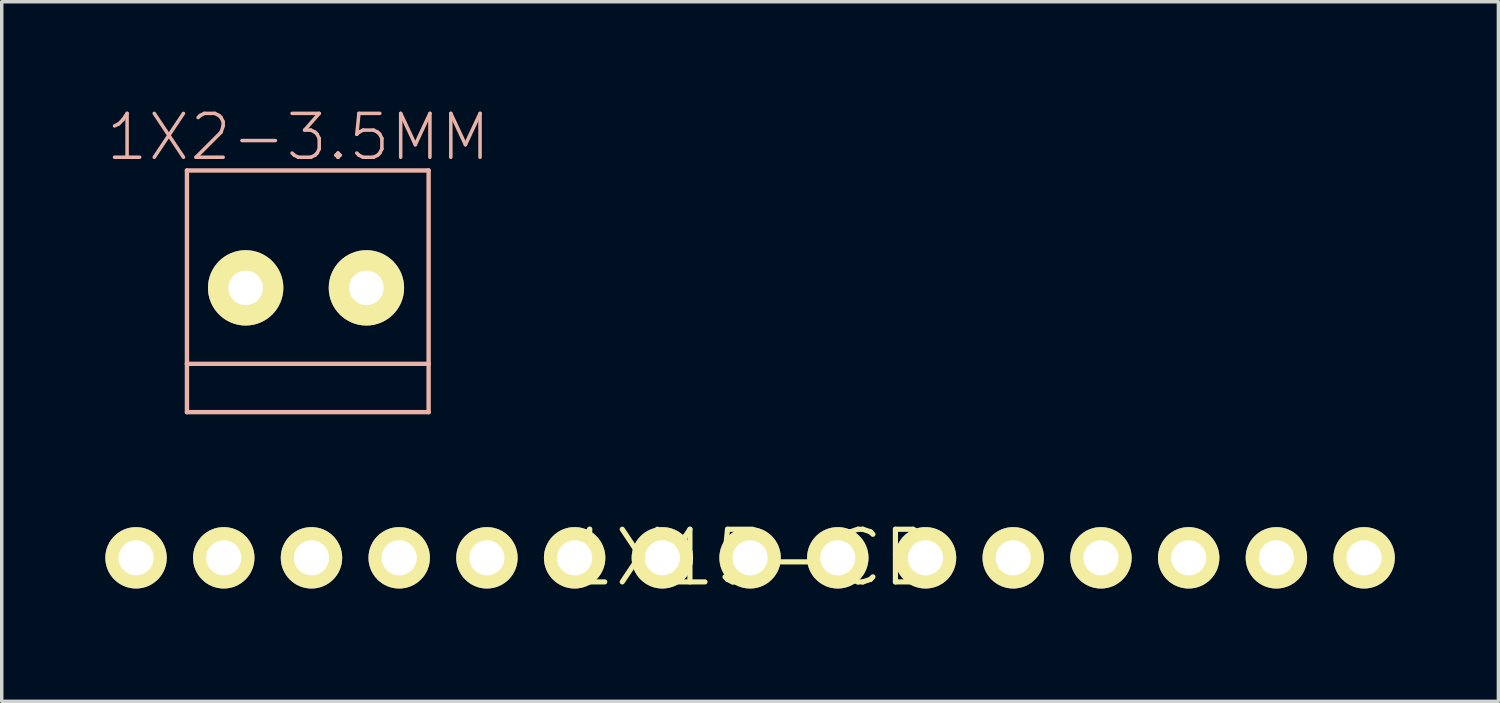
<source format=kicad_pcb>
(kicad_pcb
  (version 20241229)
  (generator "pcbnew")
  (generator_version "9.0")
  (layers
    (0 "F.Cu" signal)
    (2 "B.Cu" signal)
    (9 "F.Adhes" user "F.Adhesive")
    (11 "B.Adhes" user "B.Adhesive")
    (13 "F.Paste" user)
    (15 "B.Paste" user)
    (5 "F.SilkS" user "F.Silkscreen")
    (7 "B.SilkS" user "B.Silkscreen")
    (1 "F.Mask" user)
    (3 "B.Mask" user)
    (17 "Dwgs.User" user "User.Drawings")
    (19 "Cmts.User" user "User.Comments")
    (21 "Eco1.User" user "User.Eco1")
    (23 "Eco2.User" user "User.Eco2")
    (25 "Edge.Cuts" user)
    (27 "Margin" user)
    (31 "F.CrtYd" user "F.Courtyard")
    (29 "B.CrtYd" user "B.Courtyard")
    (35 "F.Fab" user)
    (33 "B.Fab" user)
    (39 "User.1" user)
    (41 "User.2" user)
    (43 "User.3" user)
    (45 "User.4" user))
  (footprint "1X15-CB"
    (layer "F.Cu")
    (at 18.669 13.102)
    (property "Reference" "1X15-CB" (at 0 0 0) (layer "F.SilkS") (effects (font (size 1.524 1.524) (thickness 0.15))))
    (attr exclude_from_pos_files exclude_from_bom)
    (pad "1" thru_hole circle (at -17.78 0) (size 1.778 1.778) (drill 1.016) (layers "*.Cu" "F.Mask" "F.SilkS" "F.Paste"))
    (pad "2" thru_hole circle (at -15.24 0) (size 1.778 1.778) (drill 1.016) (layers "*.Cu" "F.Mask" "F.SilkS" "F.Paste"))
    (pad "3" thru_hole circle (at -12.7 0) (size 1.778 1.778) (drill 1.016) (layers "*.Cu" "F.Mask" "F.SilkS" "F.Paste"))
    (pad "4" thru_hole circle (at -10.16 0) (size 1.778 1.778) (drill 1.016) (layers "*.Cu" "F.Mask" "F.SilkS" "F.Paste"))
    (pad "5" thru_hole circle (at -7.62 0) (size 1.778 1.778) (drill 1.016) (layers "*.Cu" "F.Mask" "F.SilkS" "F.Paste"))
    (pad "6" thru_hole circle (at -5.08 0) (size 1.778 1.778) (drill 1.016) (layers "*.Cu" "F.Mask" "F.SilkS" "F.Paste"))
    (pad "7" thru_hole circle (at -2.54 0) (size 1.778 1.778) (drill 1.016) (layers "*.Cu" "F.Mask" "F.SilkS" "F.Paste"))
    (pad "8" thru_hole circle (at 0 0) (size 1.778 1.778) (drill 1.016) (layers "*.Cu" "F.Mask" "F.SilkS" "F.Paste"))
    (pad "9" thru_hole circle (at 2.54 0) (size 1.778 1.778) (drill 1.016) (layers "*.Cu" "F.Mask" "F.SilkS" "F.Paste"))
    (pad "10" thru_hole circle (at 5.08 0) (size 1.778 1.778) (drill 1.016) (layers "*.Cu" "F.Mask" "F.SilkS" "F.Paste"))
    (pad "11" thru_hole circle (at 7.62 0) (size 1.778 1.778) (drill 1.016) (layers "*.Cu" "F.Mask" "F.SilkS" "F.Paste"))
    (pad "12" thru_hole circle (at 10.16 0) (size 1.778 1.778) (drill 1.016) (layers "*.Cu" "F.Mask" "F.SilkS" "F.Paste"))
    (pad "13" thru_hole circle (at 12.7 0) (size 1.778 1.778) (drill 1.016) (layers "*.Cu" "F.Mask" "F.SilkS" "F.Paste"))
    (pad "14" thru_hole circle (at 15.24 0) (size 1.778 1.778) (drill 1.016) (layers "*.Cu" "F.Mask" "F.SilkS" "F.Paste"))
    (pad "15" thru_hole circle (at 17.78 0) (size 1.778 1.778) (drill 1.016) (layers "*.Cu" "F.Mask" "F.SilkS" "F.Paste")))
  (footprint "1X2-3.5MM"
    (layer "F.Cu")
    (at 5.762 5.285)
    (property "Reference" "1X2-3.5MM" (at -0.173 -4.364 180) (layer "B.SilkS") (effects (font (size 1.27 1.27) (thickness 0.102))))
    (attr exclude_from_pos_files exclude_from_bom)
    (fp_line (start -3.399 -3.399) (end -3.399 2.2) (stroke (width 0.127) (type solid)) (layer "B.SilkS"))
    (fp_line (start -3.399 2.2) (end -3.399 3.599) (stroke (width 0.127) (type solid)) (layer "B.SilkS"))
    (fp_line (start -3.399 2.2) (end 3.599 2.2) (stroke (width 0.127) (type solid)) (layer "B.SilkS"))
    (fp_line (start -3.399 3.599) (end 3.599 3.599) (stroke (width 0.127) (type solid)) (layer "B.SilkS"))
    (fp_line (start 3.599 -3.399) (end -3.399 -3.399) (stroke (width 0.127) (type solid)) (layer "B.SilkS"))
    (fp_line (start 3.599 2.2) (end 3.599 -3.399) (stroke (width 0.127) (type solid)) (layer "B.SilkS"))
    (fp_line (start 3.599 3.599) (end 3.599 2.2) (stroke (width 0.127) (type solid)) (layer "B.SilkS"))
    (pad "1" thru_hole circle (at 1.798 0) (size 2.182 2.182) (drill 0.998) (layers "*.Cu" "F.Mask" "F.SilkS" "F.Paste"))
    (pad "2" thru_hole circle (at -1.699 0) (size 2.182 2.182) (drill 0.998) (layers "*.Cu" "F.Mask" "F.SilkS" "F.Paste")))
  (gr_rect
    (start -3 -3)
    (end 40.338 17.257)
    (stroke (width 0.1) (type default))
    (fill no)
    (layer "Edge.Cuts")))
</source>
